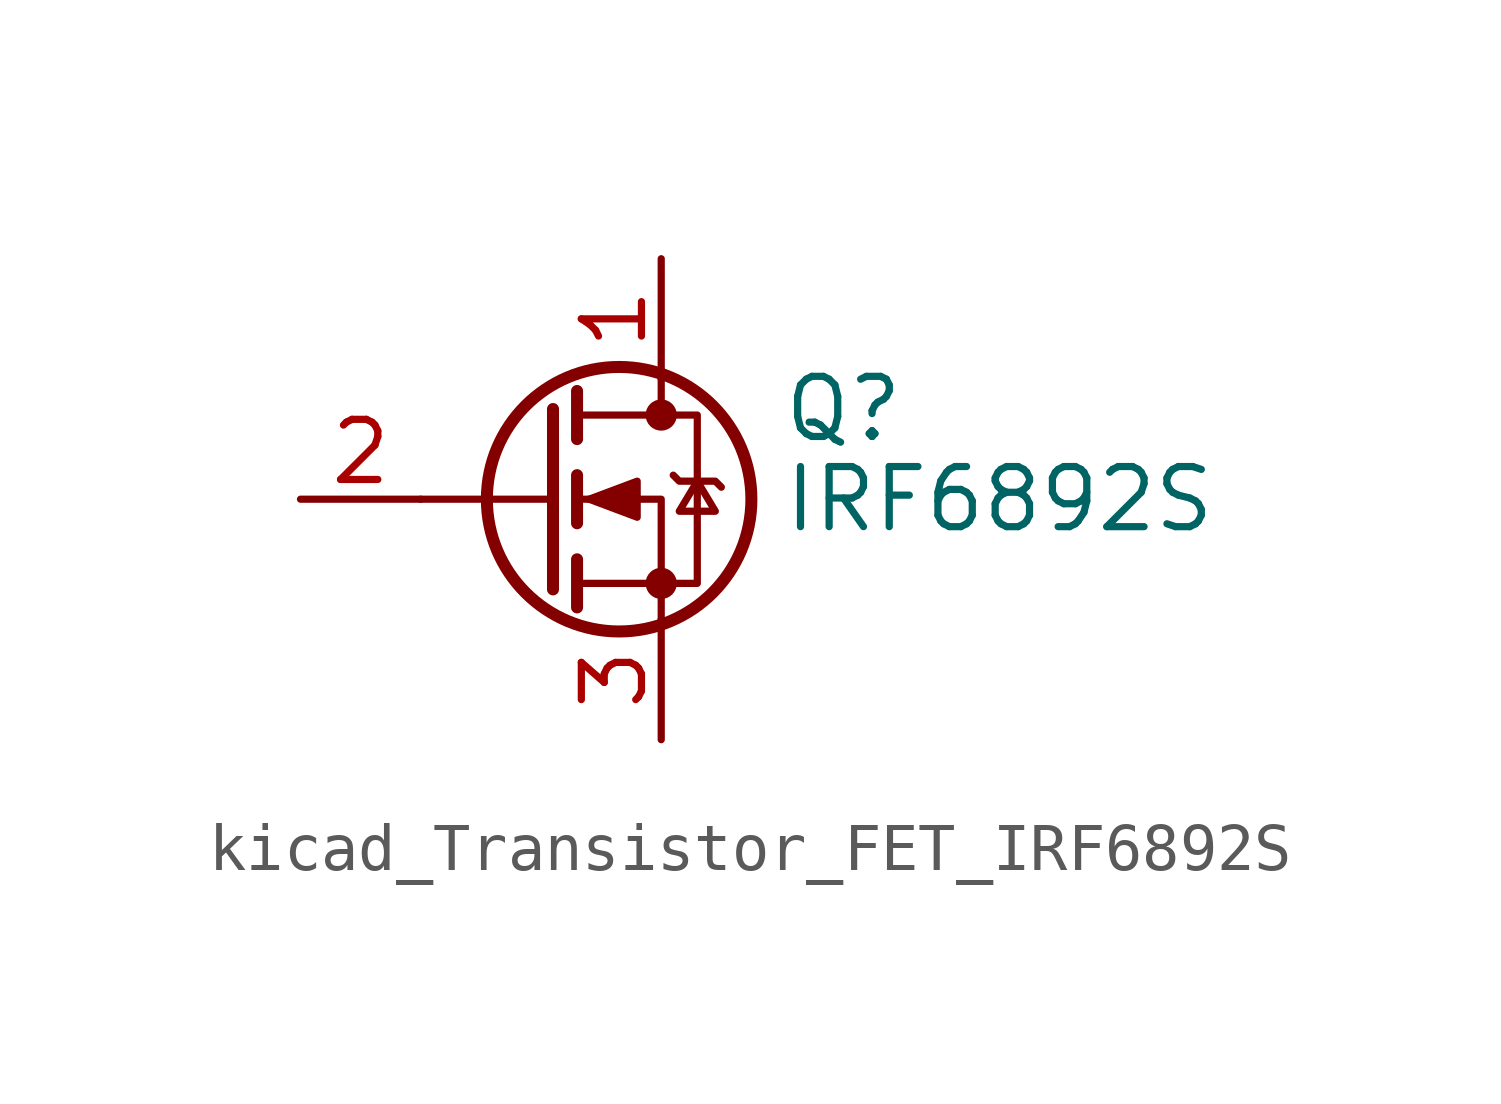
<source format=kicad_sym>
(kicad_symbol_lib
  (version 20220914)
  (generator kicad_symbol_editor)
  (symbol "kicad_Transistor_FET_IRF6892S"
    (pin_names hide)
    (property "Reference" "Q"
      (at 5.08 1.905 0)
      (effects (font (size 1.27 1.27)) (justify left)))
    (property "Value" "IRF6892S"
      (at 5.08 0 0)
      (effects (font (size 1.27 1.27)) (justify left)))
    (symbol "kicad_Transistor_FET_IRF6892S_0_1"
      (polyline (pts (xy 0.254 0) (xy -2.54 0)) (stroke (width 0) (type default)) (fill (type none)))
      (polyline (pts (xy 0.254 1.905) (xy 0.254 -1.905)) (stroke (width 0.254) (type default)) (fill (type none)))
      (polyline (pts (xy 0.762 -1.27) (xy 0.762 -2.286)) (stroke (width 0.254) (type default)) (fill (type none)))
      (polyline (pts (xy 0.762 0.508) (xy 0.762 -0.508)) (stroke (width 0.254) (type default)) (fill (type none)))
      (polyline (pts (xy 0.762 2.286) (xy 0.762 1.27)) (stroke (width 0.254) (type default)) (fill (type none)))
      (polyline (pts (xy 2.54 2.54) (xy 2.54 1.778)) (stroke (width 0) (type default)) (fill (type none)))
      (polyline (pts (xy 2.54 -2.54) (xy 2.54 0) (xy 0.762 0)) (stroke (width 0) (type default)) (fill (type none)))
      (polyline (pts (xy 0.762 -1.778) (xy 3.302 -1.778) (xy 3.302 1.778) (xy 0.762 1.778)) (stroke (width 0) (type default)) (fill (type none)))
      (polyline (pts (xy 1.016 0) (xy 2.032 0.381) (xy 2.032 -0.381) (xy 1.016 0)) (stroke (width 0) (type default)) (fill (type outline)))
      (polyline (pts (xy 2.794 0.508) (xy 2.921 0.381) (xy 3.683 0.381) (xy 3.81 0.254)) (stroke (width 0) (type default)) (fill (type none)))
      (polyline (pts (xy 3.302 0.381) (xy 2.921 -0.254) (xy 3.683 -0.254) (xy 3.302 0.381)) (stroke (width 0) (type default)) (fill (type none)))
      (circle (center 1.651 0) (radius 2.794) (stroke (width 0.254) (type default)) (fill (type none)))
      (circle (center 2.54 -1.778) (radius 0.254) (stroke (width 0) (type default)) (fill (type outline)))
      (circle (center 2.54 1.778) (radius 0.254) (stroke (width 0) (type default)) (fill (type outline))))
    (symbol "kicad_Transistor_FET_IRF6892S_1_1"
      (pin passive line (at 2.54 5.08 270) (length 2.54) (name "D" (effects (font (size 1.27 1.27)))) (number "1" (effects (font (size 1.27 1.27)))))
      (pin input line (at -5.08 0 0) (length 2.54) (name "G" (effects (font (size 1.27 1.27)))) (number "2" (effects (font (size 1.27 1.27)))))
      (pin passive line (at 2.54 -5.08 90) (length 2.54) (name "S" (effects (font (size 1.27 1.27)))) (number "3" (effects (font (size 1.27 1.27))))))))
</source>
